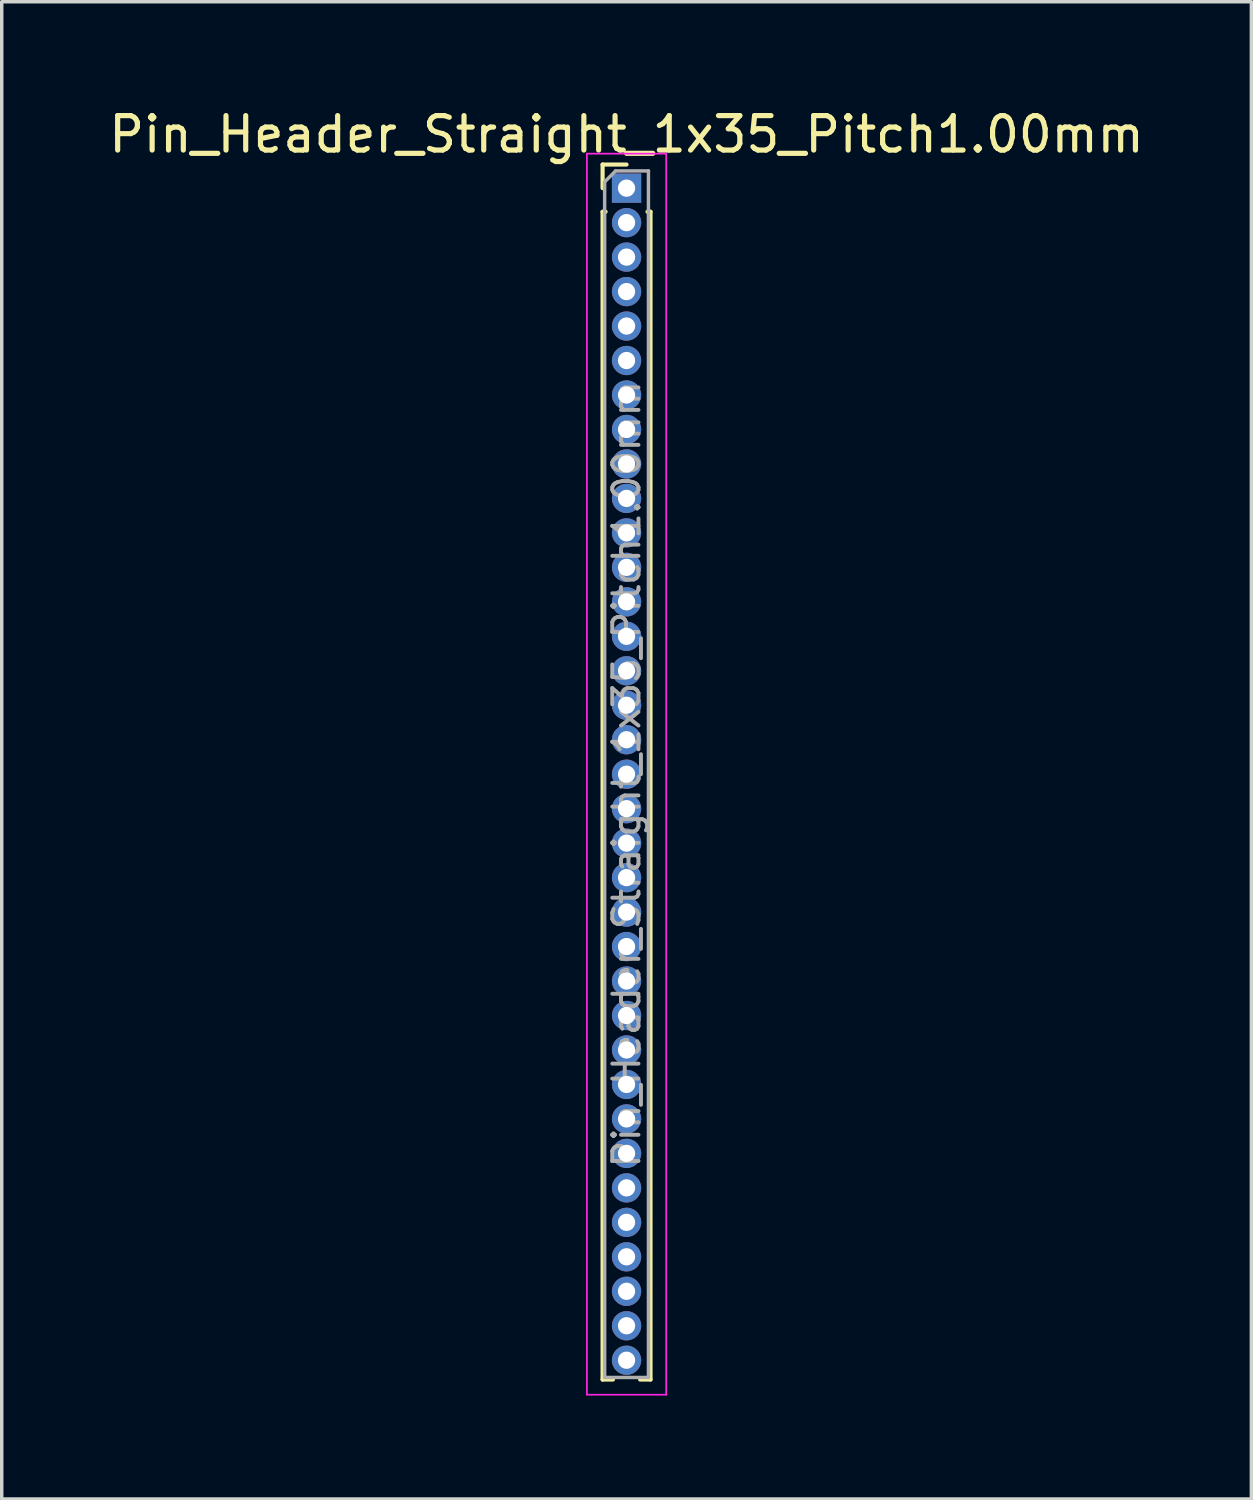
<source format=kicad_pcb>
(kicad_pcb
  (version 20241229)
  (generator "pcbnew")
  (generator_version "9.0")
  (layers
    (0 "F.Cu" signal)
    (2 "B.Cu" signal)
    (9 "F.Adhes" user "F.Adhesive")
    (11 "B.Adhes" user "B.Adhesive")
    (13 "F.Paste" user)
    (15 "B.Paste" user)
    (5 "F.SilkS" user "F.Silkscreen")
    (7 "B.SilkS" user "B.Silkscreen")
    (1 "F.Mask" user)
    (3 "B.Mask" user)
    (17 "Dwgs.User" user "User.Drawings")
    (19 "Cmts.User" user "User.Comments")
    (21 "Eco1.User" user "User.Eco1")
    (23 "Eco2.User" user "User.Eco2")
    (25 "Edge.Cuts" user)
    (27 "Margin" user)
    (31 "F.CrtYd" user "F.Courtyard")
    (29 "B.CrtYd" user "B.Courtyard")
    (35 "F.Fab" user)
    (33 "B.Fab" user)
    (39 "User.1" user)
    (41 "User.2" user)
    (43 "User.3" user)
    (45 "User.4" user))
  (footprint "Pin_Header_Straight_1x35_Pitch1.00mm"
    (layer "F.Cu")
    (at 15.125 2.408)
    (property "Reference" "Pin_Header_Straight_1x35_Pitch1.00mm" (at 0 -1.56 0) (layer "F.SilkS") (effects (font (size 1 1) (thickness 0.15))))
    (attr through_hole)
    (fp_line (start -0.695 -0.685) (end 0 -0.685) (stroke (width 0.12) (type solid)) (layer "F.SilkS"))
    (fp_line (start -0.695 0) (end -0.695 -0.685) (stroke (width 0.12) (type solid)) (layer "F.SilkS"))
    (fp_line (start -0.695 0.685) (end -0.695 34.56) (stroke (width 0.12) (type solid)) (layer "F.SilkS"))
    (fp_line (start -0.695 0.685) (end -0.608 0.685) (stroke (width 0.12) (type solid)) (layer "F.SilkS"))
    (fp_line (start -0.695 34.56) (end -0.394 34.56) (stroke (width 0.12) (type solid)) (layer "F.SilkS"))
    (fp_line (start 0.394 34.56) (end 0.695 34.56) (stroke (width 0.12) (type solid)) (layer "F.SilkS"))
    (fp_line (start 0.608 0.685) (end 0.695 0.685) (stroke (width 0.12) (type solid)) (layer "F.SilkS"))
    (fp_line (start 0.695 0.685) (end 0.695 34.56) (stroke (width 0.12) (type solid)) (layer "F.SilkS"))
    (fp_line (start -1.15 -1) (end -1.15 35) (stroke (width 0.05) (type solid)) (layer "F.CrtYd"))
    (fp_line (start -1.15 35) (end 1.15 35) (stroke (width 0.05) (type solid)) (layer "F.CrtYd"))
    (fp_line (start 1.15 -1) (end -1.15 -1) (stroke (width 0.05) (type solid)) (layer "F.CrtYd"))
    (fp_line (start 1.15 35) (end 1.15 -1) (stroke (width 0.05) (type solid)) (layer "F.CrtYd"))
    (fp_line (start -0.635 -0.182) (end -0.318 -0.5) (stroke (width 0.1) (type solid)) (layer "F.Fab"))
    (fp_line (start -0.635 34.5) (end -0.635 -0.182) (stroke (width 0.1) (type solid)) (layer "F.Fab"))
    (fp_line (start -0.318 -0.5) (end 0.635 -0.5) (stroke (width 0.1) (type solid)) (layer "F.Fab"))
    (fp_line (start 0.635 -0.5) (end 0.635 34.5) (stroke (width 0.1) (type solid)) (layer "F.Fab"))
    (fp_line (start 0.635 34.5) (end -0.635 34.5) (stroke (width 0.1) (type solid)) (layer "F.Fab"))
    (fp_text user "${REFERENCE}" (at 0 17 90) (layer "F.Fab") (effects (font (size 0.76 0.76) (thickness 0.114))))
    (pad "1" thru_hole rect (at 0 0) (size 0.85 0.85) (drill 0.5) (layers "*.Cu" "*.Mask"))
    (pad "2" thru_hole oval (at 0 1) (size 0.85 0.85) (drill 0.5) (layers "*.Cu" "*.Mask"))
    (pad "3" thru_hole oval (at 0 2) (size 0.85 0.85) (drill 0.5) (layers "*.Cu" "*.Mask"))
    (pad "4" thru_hole oval (at 0 3) (size 0.85 0.85) (drill 0.5) (layers "*.Cu" "*.Mask"))
    (pad "5" thru_hole oval (at 0 4) (size 0.85 0.85) (drill 0.5) (layers "*.Cu" "*.Mask"))
    (pad "6" thru_hole oval (at 0 5) (size 0.85 0.85) (drill 0.5) (layers "*.Cu" "*.Mask"))
    (pad "7" thru_hole oval (at 0 6) (size 0.85 0.85) (drill 0.5) (layers "*.Cu" "*.Mask"))
    (pad "8" thru_hole oval (at 0 7) (size 0.85 0.85) (drill 0.5) (layers "*.Cu" "*.Mask"))
    (pad "9" thru_hole oval (at 0 8) (size 0.85 0.85) (drill 0.5) (layers "*.Cu" "*.Mask"))
    (pad "10" thru_hole oval (at 0 9) (size 0.85 0.85) (drill 0.5) (layers "*.Cu" "*.Mask"))
    (pad "11" thru_hole oval (at 0 10) (size 0.85 0.85) (drill 0.5) (layers "*.Cu" "*.Mask"))
    (pad "12" thru_hole oval (at 0 11) (size 0.85 0.85) (drill 0.5) (layers "*.Cu" "*.Mask"))
    (pad "13" thru_hole oval (at 0 12) (size 0.85 0.85) (drill 0.5) (layers "*.Cu" "*.Mask"))
    (pad "14" thru_hole oval (at 0 13) (size 0.85 0.85) (drill 0.5) (layers "*.Cu" "*.Mask"))
    (pad "15" thru_hole oval (at 0 14) (size 0.85 0.85) (drill 0.5) (layers "*.Cu" "*.Mask"))
    (pad "16" thru_hole oval (at 0 15) (size 0.85 0.85) (drill 0.5) (layers "*.Cu" "*.Mask"))
    (pad "17" thru_hole oval (at 0 16) (size 0.85 0.85) (drill 0.5) (layers "*.Cu" "*.Mask"))
    (pad "18" thru_hole oval (at 0 17) (size 0.85 0.85) (drill 0.5) (layers "*.Cu" "*.Mask"))
    (pad "19" thru_hole oval (at 0 18) (size 0.85 0.85) (drill 0.5) (layers "*.Cu" "*.Mask"))
    (pad "20" thru_hole oval (at 0 19) (size 0.85 0.85) (drill 0.5) (layers "*.Cu" "*.Mask"))
    (pad "21" thru_hole oval (at 0 20) (size 0.85 0.85) (drill 0.5) (layers "*.Cu" "*.Mask"))
    (pad "22" thru_hole oval (at 0 21) (size 0.85 0.85) (drill 0.5) (layers "*.Cu" "*.Mask"))
    (pad "23" thru_hole oval (at 0 22) (size 0.85 0.85) (drill 0.5) (layers "*.Cu" "*.Mask"))
    (pad "24" thru_hole oval (at 0 23) (size 0.85 0.85) (drill 0.5) (layers "*.Cu" "*.Mask"))
    (pad "25" thru_hole oval (at 0 24) (size 0.85 0.85) (drill 0.5) (layers "*.Cu" "*.Mask"))
    (pad "26" thru_hole oval (at 0 25) (size 0.85 0.85) (drill 0.5) (layers "*.Cu" "*.Mask"))
    (pad "27" thru_hole oval (at 0 26) (size 0.85 0.85) (drill 0.5) (layers "*.Cu" "*.Mask"))
    (pad "28" thru_hole oval (at 0 27) (size 0.85 0.85) (drill 0.5) (layers "*.Cu" "*.Mask"))
    (pad "29" thru_hole oval (at 0 28) (size 0.85 0.85) (drill 0.5) (layers "*.Cu" "*.Mask"))
    (pad "30" thru_hole oval (at 0 29) (size 0.85 0.85) (drill 0.5) (layers "*.Cu" "*.Mask"))
    (pad "31" thru_hole oval (at 0 30) (size 0.85 0.85) (drill 0.5) (layers "*.Cu" "*.Mask"))
    (pad "32" thru_hole oval (at 0 31) (size 0.85 0.85) (drill 0.5) (layers "*.Cu" "*.Mask"))
    (pad "33" thru_hole oval (at 0 32) (size 0.85 0.85) (drill 0.5) (layers "*.Cu" "*.Mask"))
    (pad "34" thru_hole oval (at 0 33) (size 0.85 0.85) (drill 0.5) (layers "*.Cu" "*.Mask"))
    (pad "35" thru_hole oval (at 0 34) (size 0.85 0.85) (drill 0.5) (layers "*.Cu" "*.Mask")))
  (gr_rect
    (start -3 -3)
    (end 33.25 40.433)
    (stroke (width 0.1) (type default))
    (fill no)
    (layer "Edge.Cuts")))
</source>
